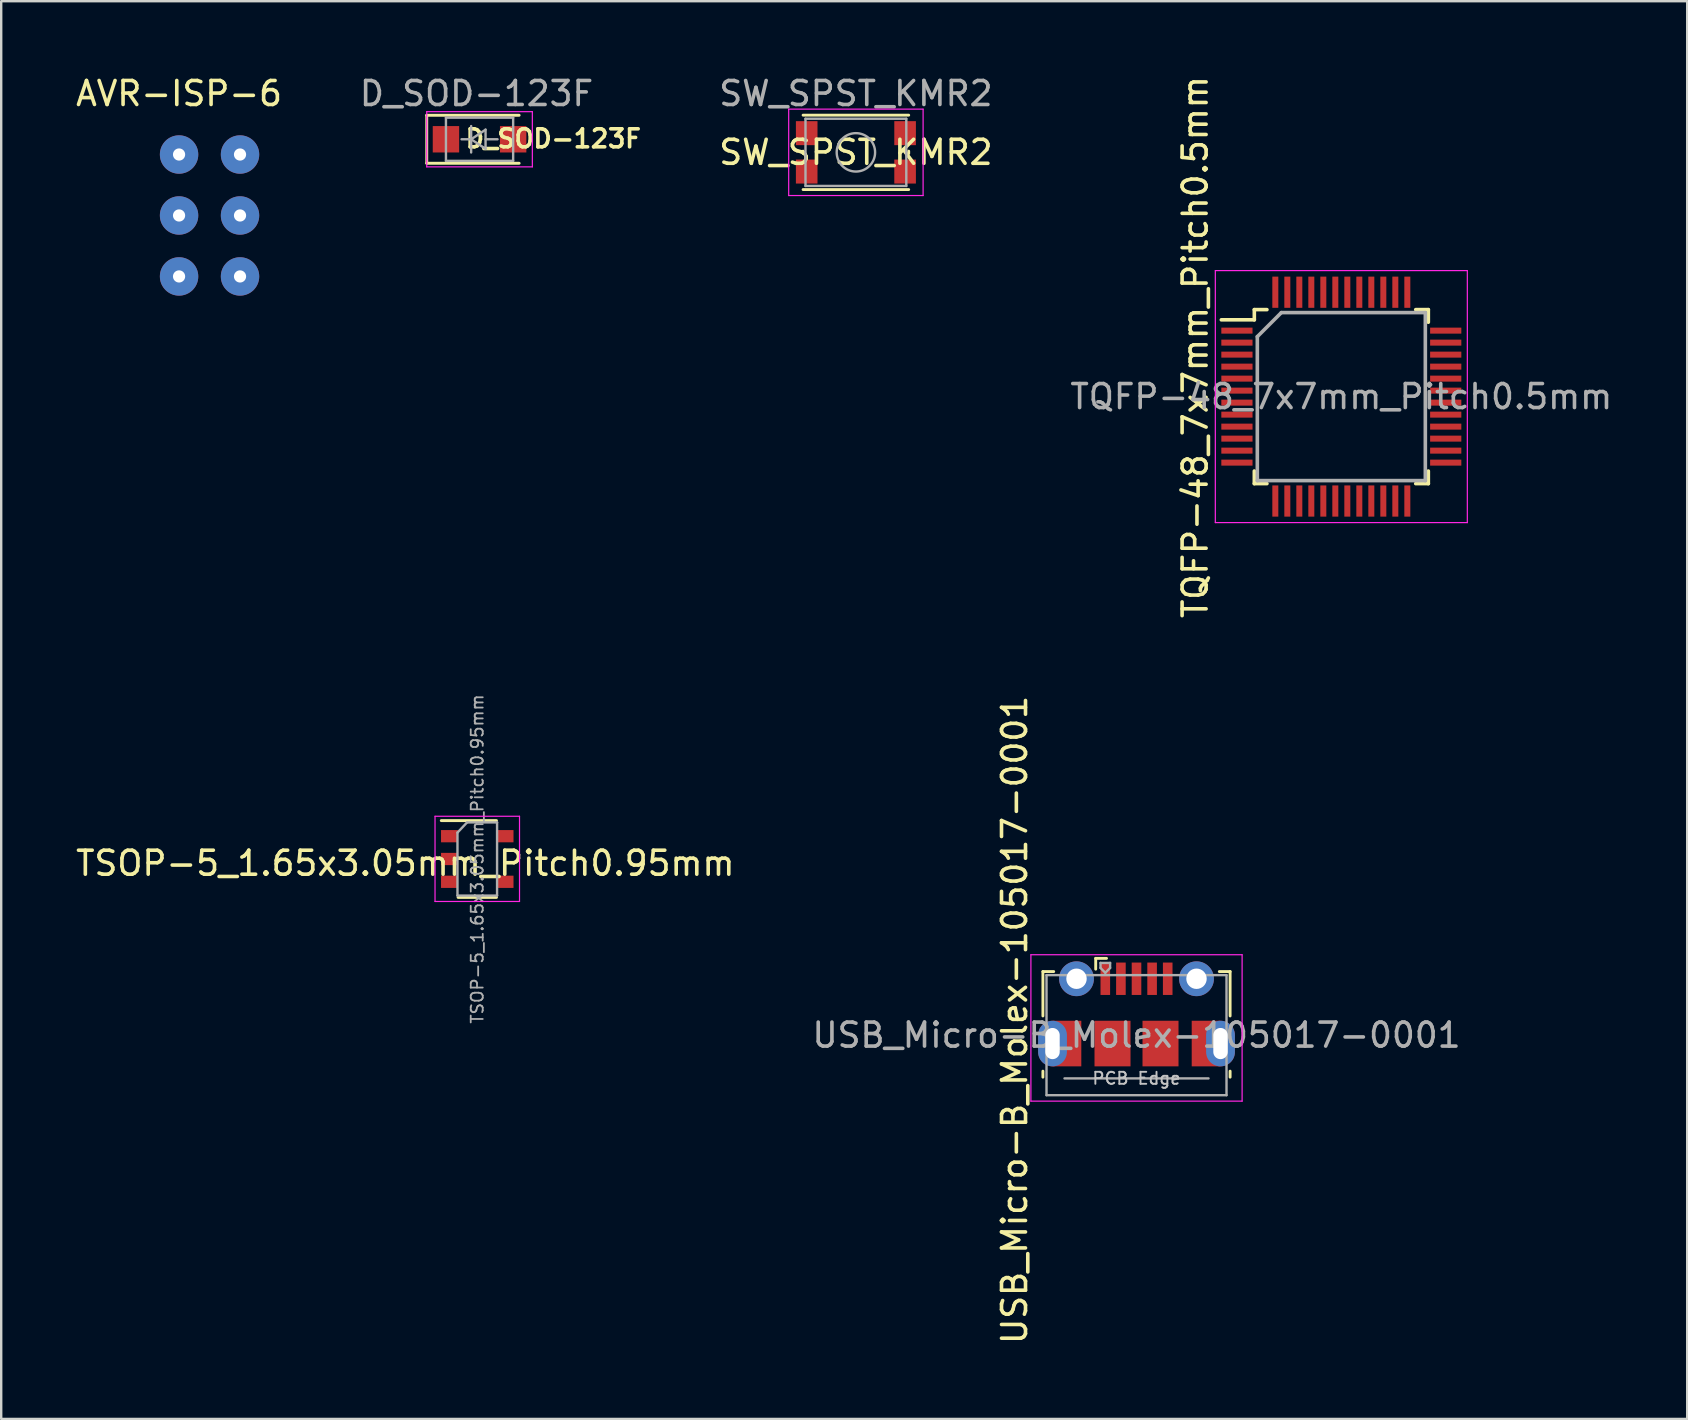
<source format=kicad_pcb>
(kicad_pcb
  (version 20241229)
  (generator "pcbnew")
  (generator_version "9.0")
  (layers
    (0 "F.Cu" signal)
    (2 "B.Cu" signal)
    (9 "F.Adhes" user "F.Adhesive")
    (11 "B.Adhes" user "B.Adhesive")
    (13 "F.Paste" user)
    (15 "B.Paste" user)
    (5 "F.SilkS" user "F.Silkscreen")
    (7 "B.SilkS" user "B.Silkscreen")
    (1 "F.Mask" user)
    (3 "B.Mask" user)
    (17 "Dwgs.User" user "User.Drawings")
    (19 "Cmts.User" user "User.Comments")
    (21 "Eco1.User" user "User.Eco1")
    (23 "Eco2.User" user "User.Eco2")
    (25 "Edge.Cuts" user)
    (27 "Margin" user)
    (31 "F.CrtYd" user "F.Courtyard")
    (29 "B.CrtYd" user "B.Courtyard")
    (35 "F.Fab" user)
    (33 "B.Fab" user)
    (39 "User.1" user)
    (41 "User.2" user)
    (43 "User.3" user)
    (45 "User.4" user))
  (footprint "TSOP-5_1.65x3.05mm_Pitch0.95mm"
    (layer "F.Cu")
    (at 16.836 32.741)
    (property "Reference" "TSOP-5_1.65x3.05mm_Pitch0.95mm" (at -2.997 0.178 0) (layer "F.SilkS") (effects (font (size 1 1) (thickness 0.15))))
    (attr smd)
    (fp_line (start -0.8 1.6) (end 0.8 1.6) (stroke (width 0.12) (type solid)) (layer "F.SilkS"))
    (fp_line (start 0.8 -1.6) (end -1.5 -1.6) (stroke (width 0.12) (type solid)) (layer "F.SilkS"))
    (fp_line (start -1.76 -1.78) (end -1.76 1.77) (stroke (width 0.05) (type solid)) (layer "F.CrtYd"))
    (fp_line (start -1.76 -1.78) (end 1.76 -1.78) (stroke (width 0.05) (type solid)) (layer "F.CrtYd"))
    (fp_line (start 1.76 1.77) (end -1.76 1.77) (stroke (width 0.05) (type solid)) (layer "F.CrtYd"))
    (fp_line (start 1.76 1.77) (end 1.76 -1.78) (stroke (width 0.05) (type solid)) (layer "F.CrtYd"))
    (fp_line (start -0.825 -1.1) (end -0.825 1.525) (stroke (width 0.1) (type solid)) (layer "F.Fab"))
    (fp_line (start -0.825 -1.1) (end -0.425 -1.525) (stroke (width 0.1) (type solid)) (layer "F.Fab"))
    (fp_line (start 0.825 -1.525) (end -0.425 -1.525) (stroke (width 0.1) (type solid)) (layer "F.Fab"))
    (fp_line (start 0.825 -1.525) (end 0.825 1.525) (stroke (width 0.1) (type solid)) (layer "F.Fab"))
    (fp_line (start 0.825 1.525) (end -0.825 1.525) (stroke (width 0.1) (type solid)) (layer "F.Fab"))
    (fp_text user "${REFERENCE}" (at 0 0 90) (layer "F.Fab") (effects (font (size 0.5 0.5) (thickness 0.075))))
    (pad "1" smd rect (at -1.16 -0.95) (size 0.7 0.51) (layers "F.Cu" "F.Mask" "F.Paste"))
    (pad "2" smd rect (at -1.16 0) (size 0.7 0.51) (layers "F.Cu" "F.Mask" "F.Paste"))
    (pad "3" smd rect (at -1.16 0.95) (size 0.7 0.51) (layers "F.Cu" "F.Mask" "F.Paste"))
    (pad "4" smd rect (at 1.16 0.95) (size 0.7 0.51) (layers "F.Cu" "F.Mask" "F.Paste"))
    (pad "5" smd rect (at 1.16 -0.95) (size 0.7 0.51) (layers "F.Cu" "F.Mask" "F.Paste")))
  (footprint "USB_Micro-B_Molex-105017-0001"
    (layer "F.Cu")
    (at 44.304 40.081)
    (property "Reference" "USB_Micro-B_Molex-105017-0001" (at -5.08 -0.635 270) (layer "F.SilkS") (effects (font (size 1 1) (thickness 0.15))))
    (attr smd)
    (fp_line (start -3.9 -2.65) (end -3.45 -2.65) (stroke (width 0.12) (type solid)) (layer "F.SilkS"))
    (fp_line (start -3.9 -0.8) (end -3.9 -2.65) (stroke (width 0.12) (type solid)) (layer "F.SilkS"))
    (fp_line (start -3.9 1.75) (end -3.9 1.5) (stroke (width 0.12) (type solid)) (layer "F.SilkS"))
    (fp_line (start -1.7 -3.2) (end -1.7 -2.75) (stroke (width 0.12) (type solid)) (layer "F.SilkS"))
    (fp_line (start -1.7 -3.2) (end -1.25 -3.2) (stroke (width 0.12) (type solid)) (layer "F.SilkS"))
    (fp_line (start 3.9 -2.65) (end 3.45 -2.65) (stroke (width 0.12) (type solid)) (layer "F.SilkS"))
    (fp_line (start 3.9 -0.8) (end 3.9 -2.65) (stroke (width 0.12) (type solid)) (layer "F.SilkS"))
    (fp_line (start 3.9 1.75) (end 3.9 1.5) (stroke (width 0.12) (type solid)) (layer "F.SilkS"))
    (fp_line (start -4.4 -3.35) (end 4.4 -3.35) (stroke (width 0.05) (type solid)) (layer "F.CrtYd"))
    (fp_line (start -4.4 2.75) (end -4.4 -3.35) (stroke (width 0.05) (type solid)) (layer "F.CrtYd"))
    (fp_line (start -4.4 2.75) (end 4.4 2.75) (stroke (width 0.05) (type solid)) (layer "F.CrtYd"))
    (fp_line (start 4.4 -3.35) (end 4.4 2.75) (stroke (width 0.05) (type solid)) (layer "F.CrtYd"))
    (fp_line (start -3.75 -2.5) (end 3.75 -2.5) (stroke (width 0.1) (type solid)) (layer "F.Fab"))
    (fp_line (start -3.75 2.5) (end -3.75 -2.5) (stroke (width 0.1) (type solid)) (layer "F.Fab"))
    (fp_line (start -3.75 2.502) (end 3.75 2.502) (stroke (width 0.1) (type solid)) (layer "F.Fab"))
    (fp_line (start -3 1.802) (end 3 1.802) (stroke (width 0.1) (type solid)) (layer "F.Fab"))
    (fp_line (start -1.5 -3.01) (end -1.5 -2.8) (stroke (width 0.1) (type solid)) (layer "F.Fab"))
    (fp_line (start -1.5 -3.01) (end -1.1 -3.01) (stroke (width 0.1) (type solid)) (layer "F.Fab"))
    (fp_line (start -1.3 -2.6) (end -1.5 -2.8) (stroke (width 0.1) (type solid)) (layer "F.Fab"))
    (fp_line (start -1.1 -3.01) (end -1.1 -2.8) (stroke (width 0.1) (type solid)) (layer "F.Fab"))
    (fp_line (start -1.1 -2.8) (end -1.3 -2.6) (stroke (width 0.1) (type solid)) (layer "F.Fab"))
    (fp_line (start 3.75 2.5) (end 3.75 -2.5) (stroke (width 0.1) (type solid)) (layer "F.Fab"))
    (fp_text user "PCB Edge" (at 0 1.8 0) (layer "Dwgs.User") (effects (font (size 0.5 0.5) (thickness 0.08))))
    (fp_text user "${REFERENCE}" (at 0 0 0) (layer "F.Fab") (effects (font (size 1 1) (thickness 0.15))))
    (pad "1" smd rect (at -1.3 -2.35) (size 0.4 1.35) (layers "F.Cu" "F.Mask" "F.Paste"))
    (pad "2" smd rect (at -0.65 -2.35) (size 0.4 1.35) (layers "F.Cu" "F.Mask" "F.Paste"))
    (pad "3" smd rect (at 0 -2.35) (size 0.4 1.35) (layers "F.Cu" "F.Mask" "F.Paste"))
    (pad "4" smd rect (at 0.65 -2.35) (size 0.4 1.35) (layers "F.Cu" "F.Mask" "F.Paste"))
    (pad "5" smd rect (at 1.3 -2.35) (size 0.4 1.35) (layers "F.Cu" "F.Mask" "F.Paste"))
    (pad "6" thru_hole oval (at -3.5 0.35 180) (size 1.2 1.9) (drill oval 0.6 1.3) (layers "*.Cu" "*.Mask"))
    (pad "6" smd rect (at -2.9 0.35) (size 1.2 1.9) (layers "F.Cu" "F.Mask"))
    (pad "6" thru_hole circle (at -2.5 -2.35) (size 1.45 1.45) (drill 0.85) (layers "*.Cu" "*.Mask"))
    (pad "6" smd rect (at -1 0.35) (size 1.5 1.9) (layers "F.Cu" "F.Mask" "F.Paste"))
    (pad "6" smd rect (at 1 0.35) (size 1.5 1.9) (layers "F.Cu" "F.Mask" "F.Paste"))
    (pad "6" thru_hole circle (at 2.5 -2.35) (size 1.45 1.45) (drill 0.85) (layers "*.Cu" "*.Mask"))
    (pad "6" smd rect (at 2.9 0.35) (size 1.2 1.9) (layers "F.Cu" "F.Mask"))
    (pad "6" thru_hole oval (at 3.5 0.35) (size 1.2 1.9) (drill oval 0.6 1.3) (layers "*.Cu" "*.Mask")))
  (footprint "SW_SPST_KMR2"
    (layer "F.Cu")
    (at 32.612 3.298)
    (property "Reference" "SW_SPST_KMR2" (at 0 0 0) (layer "F.SilkS") (effects (font (size 1 1) (thickness 0.15))))
    (attr smd)
    (fp_line (start -2.2 0.05) (end -2.2 -0.05) (stroke (width 0.12) (type solid)) (layer "F.SilkS"))
    (fp_line (start -2.2 1.55) (end 2.2 1.55) (stroke (width 0.12) (type solid)) (layer "F.SilkS"))
    (fp_line (start 2.2 -1.55) (end -2.2 -1.55) (stroke (width 0.12) (type solid)) (layer "F.SilkS"))
    (fp_line (start 2.2 0.05) (end 2.2 -0.05) (stroke (width 0.12) (type solid)) (layer "F.SilkS"))
    (fp_line (start -2.8 -1.8) (end 2.8 -1.8) (stroke (width 0.05) (type solid)) (layer "F.CrtYd"))
    (fp_line (start -2.8 1.8) (end -2.8 -1.8) (stroke (width 0.05) (type solid)) (layer "F.CrtYd"))
    (fp_line (start 2.8 -1.8) (end 2.8 1.8) (stroke (width 0.05) (type solid)) (layer "F.CrtYd"))
    (fp_line (start 2.8 1.8) (end -2.8 1.8) (stroke (width 0.05) (type solid)) (layer "F.CrtYd"))
    (fp_line (start -2.1 -1.4) (end 2.1 -1.4) (stroke (width 0.1) (type solid)) (layer "F.Fab"))
    (fp_line (start -2.1 1.4) (end -2.1 -1.4) (stroke (width 0.1) (type solid)) (layer "F.Fab"))
    (fp_line (start 2.1 -1.4) (end 2.1 1.4) (stroke (width 0.1) (type solid)) (layer "F.Fab"))
    (fp_line (start 2.1 1.4) (end -2.1 1.4) (stroke (width 0.1) (type solid)) (layer "F.Fab"))
    (fp_circle (center 0 0) (end 0 0.8) (stroke (width 0.1) (type solid)) (fill no) (layer "F.Fab"))
    (fp_text user "${REFERENCE}" (at 0 -2.45 0) (layer "F.Fab") (effects (font (size 1 1) (thickness 0.15))))
    (pad "1" smd rect (at -2.05 -0.8) (size 0.9 1) (layers "F.Cu" "F.Mask" "F.Paste"))
    (pad "1" smd rect (at 2.05 -0.8) (size 0.9 1) (layers "F.Cu" "F.Mask" "F.Paste"))
    (pad "2" smd rect (at -2.05 0.8) (size 0.9 1) (layers "F.Cu" "F.Mask" "F.Paste"))
    (pad "2" smd rect (at 2.05 0.8) (size 0.9 1) (layers "F.Cu" "F.Mask" "F.Paste")))
  (footprint "AVR-ISP-6"
    (layer "F.Cu")
    (at 4.411 3.388)
    (property "Reference" "AVR-ISP-6" (at 0 -2.54 0) (layer "F.SilkS") (effects (font (size 1 1) (thickness 0.15))))
    (attr through_hole)
    (pad "1" thru_hole oval (at 0 0) (size 1.6 1.6) (drill 0.508) (layers "*.Cu" "F.Mask"))
    (pad "2" thru_hole circle (at 2.54 0) (size 1.6 1.6) (drill 0.508) (layers "*.Cu" "F.Mask"))
    (pad "3" thru_hole oval (at 0 2.54) (size 1.6 1.6) (drill 0.508) (layers "*.Cu" "F.Mask"))
    (pad "4" thru_hole oval (at 2.54 2.54) (size 1.6 1.6) (drill 0.508) (layers "*.Cu" "F.Mask"))
    (pad "5" thru_hole oval (at 0 5.08) (size 1.6 1.6) (drill 0.508) (layers "*.Cu" "F.Mask"))
    (pad "6" thru_hole oval (at 2.54 5.08) (size 1.6 1.6) (drill 0.508) (layers "*.Cu" "F.Mask")))
  (footprint "TQFP-48_7x7mm_Pitch0.5mm"
    (layer "F.Cu")
    (at 52.838 13.476)
    (property "Reference" "TQFP-48_7x7mm_Pitch0.5mm" (at -6.089 -2.065 90) (layer "F.SilkS") (effects (font (size 1 1) (thickness 0.15))))
    (attr smd)
    (fp_line (start -3.625 -3.625) (end -3.625 -3.2) (stroke (width 0.15) (type solid)) (layer "F.SilkS"))
    (fp_line (start -3.625 -3.625) (end -3.1 -3.625) (stroke (width 0.15) (type solid)) (layer "F.SilkS"))
    (fp_line (start -3.625 -3.2) (end -5 -3.2) (stroke (width 0.15) (type solid)) (layer "F.SilkS"))
    (fp_line (start -3.625 3.625) (end -3.625 3.1) (stroke (width 0.15) (type solid)) (layer "F.SilkS"))
    (fp_line (start -3.625 3.625) (end -3.1 3.625) (stroke (width 0.15) (type solid)) (layer "F.SilkS"))
    (fp_line (start 3.625 -3.625) (end 3.1 -3.625) (stroke (width 0.15) (type solid)) (layer "F.SilkS"))
    (fp_line (start 3.625 -3.625) (end 3.625 -3.1) (stroke (width 0.15) (type solid)) (layer "F.SilkS"))
    (fp_line (start 3.625 3.625) (end 3.1 3.625) (stroke (width 0.15) (type solid)) (layer "F.SilkS"))
    (fp_line (start 3.625 3.625) (end 3.625 3.1) (stroke (width 0.15) (type solid)) (layer "F.SilkS"))
    (fp_line (start -5.25 -5.25) (end -5.25 5.25) (stroke (width 0.05) (type solid)) (layer "F.CrtYd"))
    (fp_line (start -5.25 -5.25) (end 5.25 -5.25) (stroke (width 0.05) (type solid)) (layer "F.CrtYd"))
    (fp_line (start -5.25 5.25) (end 5.25 5.25) (stroke (width 0.05) (type solid)) (layer "F.CrtYd"))
    (fp_line (start 5.25 -5.25) (end 5.25 5.25) (stroke (width 0.05) (type solid)) (layer "F.CrtYd"))
    (fp_line (start -3.5 -2.5) (end -2.5 -3.5) (stroke (width 0.15) (type solid)) (layer "F.Fab"))
    (fp_line (start -3.5 3.5) (end -3.5 -2.5) (stroke (width 0.15) (type solid)) (layer "F.Fab"))
    (fp_line (start -2.5 -3.5) (end 3.5 -3.5) (stroke (width 0.15) (type solid)) (layer "F.Fab"))
    (fp_line (start 3.5 -3.5) (end 3.5 3.5) (stroke (width 0.15) (type solid)) (layer "F.Fab"))
    (fp_line (start 3.5 3.5) (end -3.5 3.5) (stroke (width 0.15) (type solid)) (layer "F.Fab"))
    (fp_text user "${REFERENCE}" (at 0 0 0) (layer "F.Fab") (effects (font (size 1 1) (thickness 0.15))))
    (pad "1" smd rect (at -4.35 -2.75) (size 1.3 0.25) (layers "F.Cu" "F.Mask" "F.Paste"))
    (pad "2" smd rect (at -4.35 -2.25) (size 1.3 0.25) (layers "F.Cu" "F.Mask" "F.Paste"))
    (pad "3" smd rect (at -4.35 -1.75) (size 1.3 0.25) (layers "F.Cu" "F.Mask" "F.Paste"))
    (pad "4" smd rect (at -4.35 -1.25) (size 1.3 0.25) (layers "F.Cu" "F.Mask" "F.Paste"))
    (pad "5" smd rect (at -4.35 -0.75) (size 1.3 0.25) (layers "F.Cu" "F.Mask" "F.Paste"))
    (pad "6" smd rect (at -4.35 -0.25) (size 1.3 0.25) (layers "F.Cu" "F.Mask" "F.Paste"))
    (pad "7" smd rect (at -4.35 0.25) (size 1.3 0.25) (layers "F.Cu" "F.Mask" "F.Paste"))
    (pad "8" smd rect (at -4.35 0.75) (size 1.3 0.25) (layers "F.Cu" "F.Mask" "F.Paste"))
    (pad "9" smd rect (at -4.35 1.25) (size 1.3 0.25) (layers "F.Cu" "F.Mask" "F.Paste"))
    (pad "10" smd rect (at -4.35 1.75) (size 1.3 0.25) (layers "F.Cu" "F.Mask" "F.Paste"))
    (pad "11" smd rect (at -4.35 2.25) (size 1.3 0.25) (layers "F.Cu" "F.Mask" "F.Paste"))
    (pad "12" smd rect (at -4.35 2.75) (size 1.3 0.25) (layers "F.Cu" "F.Mask" "F.Paste"))
    (pad "13" smd rect (at -2.75 4.35 90) (size 1.3 0.25) (layers "F.Cu" "F.Mask" "F.Paste"))
    (pad "14" smd rect (at -2.25 4.35 90) (size 1.3 0.25) (layers "F.Cu" "F.Mask" "F.Paste"))
    (pad "15" smd rect (at -1.75 4.35 90) (size 1.3 0.25) (layers "F.Cu" "F.Mask" "F.Paste"))
    (pad "16" smd rect (at -1.25 4.35 90) (size 1.3 0.25) (layers "F.Cu" "F.Mask" "F.Paste"))
    (pad "17" smd rect (at -0.75 4.35 90) (size 1.3 0.25) (layers "F.Cu" "F.Mask" "F.Paste"))
    (pad "18" smd rect (at -0.25 4.35 90) (size 1.3 0.25) (layers "F.Cu" "F.Mask" "F.Paste"))
    (pad "19" smd rect (at 0.25 4.35 90) (size 1.3 0.25) (layers "F.Cu" "F.Mask" "F.Paste"))
    (pad "20" smd rect (at 0.75 4.35 90) (size 1.3 0.25) (layers "F.Cu" "F.Mask" "F.Paste"))
    (pad "21" smd rect (at 1.25 4.35 90) (size 1.3 0.25) (layers "F.Cu" "F.Mask" "F.Paste"))
    (pad "22" smd rect (at 1.75 4.35 90) (size 1.3 0.25) (layers "F.Cu" "F.Mask" "F.Paste"))
    (pad "23" smd rect (at 2.25 4.35 90) (size 1.3 0.25) (layers "F.Cu" "F.Mask" "F.Paste"))
    (pad "24" smd rect (at 2.75 4.35 90) (size 1.3 0.25) (layers "F.Cu" "F.Mask" "F.Paste"))
    (pad "25" smd rect (at 4.35 2.75) (size 1.3 0.25) (layers "F.Cu" "F.Mask" "F.Paste"))
    (pad "26" smd rect (at 4.35 2.25) (size 1.3 0.25) (layers "F.Cu" "F.Mask" "F.Paste"))
    (pad "27" smd rect (at 4.35 1.75) (size 1.3 0.25) (layers "F.Cu" "F.Mask" "F.Paste"))
    (pad "28" smd rect (at 4.35 1.25) (size 1.3 0.25) (layers "F.Cu" "F.Mask" "F.Paste"))
    (pad "29" smd rect (at 4.35 0.75) (size 1.3 0.25) (layers "F.Cu" "F.Mask" "F.Paste"))
    (pad "30" smd rect (at 4.35 0.25) (size 1.3 0.25) (layers "F.Cu" "F.Mask" "F.Paste"))
    (pad "31" smd rect (at 4.35 -0.25) (size 1.3 0.25) (layers "F.Cu" "F.Mask" "F.Paste"))
    (pad "32" smd rect (at 4.35 -0.75) (size 1.3 0.25) (layers "F.Cu" "F.Mask" "F.Paste"))
    (pad "33" smd rect (at 4.35 -1.25) (size 1.3 0.25) (layers "F.Cu" "F.Mask" "F.Paste"))
    (pad "34" smd rect (at 4.35 -1.75) (size 1.3 0.25) (layers "F.Cu" "F.Mask" "F.Paste"))
    (pad "35" smd rect (at 4.35 -2.25) (size 1.3 0.25) (layers "F.Cu" "F.Mask" "F.Paste"))
    (pad "36" smd rect (at 4.35 -2.75) (size 1.3 0.25) (layers "F.Cu" "F.Mask" "F.Paste"))
    (pad "37" smd rect (at 2.75 -4.35 90) (size 1.3 0.25) (layers "F.Cu" "F.Mask" "F.Paste"))
    (pad "38" smd rect (at 2.25 -4.35 90) (size 1.3 0.25) (layers "F.Cu" "F.Mask" "F.Paste"))
    (pad "39" smd rect (at 1.75 -4.35 90) (size 1.3 0.25) (layers "F.Cu" "F.Mask" "F.Paste"))
    (pad "40" smd rect (at 1.25 -4.35 90) (size 1.3 0.25) (layers "F.Cu" "F.Mask" "F.Paste"))
    (pad "41" smd rect (at 0.75 -4.35 90) (size 1.3 0.25) (layers "F.Cu" "F.Mask" "F.Paste"))
    (pad "42" smd rect (at 0.25 -4.35 90) (size 1.3 0.25) (layers "F.Cu" "F.Mask" "F.Paste"))
    (pad "43" smd rect (at -0.25 -4.35 90) (size 1.3 0.25) (layers "F.Cu" "F.Mask" "F.Paste"))
    (pad "44" smd rect (at -0.75 -4.35 90) (size 1.3 0.25) (layers "F.Cu" "F.Mask" "F.Paste"))
    (pad "45" smd rect (at -1.25 -4.35 90) (size 1.3 0.25) (layers "F.Cu" "F.Mask" "F.Paste"))
    (pad "46" smd rect (at -1.75 -4.35 90) (size 1.3 0.25) (layers "F.Cu" "F.Mask" "F.Paste"))
    (pad "47" smd rect (at -2.25 -4.35 90) (size 1.3 0.25) (layers "F.Cu" "F.Mask" "F.Paste"))
    (pad "48" smd rect (at -2.75 -4.35 90) (size 1.3 0.25) (layers "F.Cu" "F.Mask" "F.Paste")))
  (footprint "D_SOD-123F"
    (layer "F.Cu")
    (at 16.931 2.753)
    (property "Reference" "D_SOD-123F" (at 3.073 -0.025 0) (layer "F.SilkS") (effects (font (size 0.75 0.75) (thickness 0.15))))
    (attr smd)
    (fp_line (start -2.2 -1) (end -2.2 1) (stroke (width 0.12) (type solid)) (layer "F.SilkS"))
    (fp_line (start -2.2 -1) (end 1.65 -1) (stroke (width 0.12) (type solid)) (layer "F.SilkS"))
    (fp_line (start -2.2 1) (end 1.65 1) (stroke (width 0.12) (type solid)) (layer "F.SilkS"))
    (fp_line (start -2.2 -1.15) (end -2.2 1.15) (stroke (width 0.05) (type solid)) (layer "F.CrtYd"))
    (fp_line (start -2.2 -1.15) (end 2.2 -1.15) (stroke (width 0.05) (type solid)) (layer "F.CrtYd"))
    (fp_line (start 2.2 -1.15) (end 2.2 1.15) (stroke (width 0.05) (type solid)) (layer "F.CrtYd"))
    (fp_line (start 2.2 1.15) (end -2.2 1.15) (stroke (width 0.05) (type solid)) (layer "F.CrtYd"))
    (fp_line (start -1.4 -0.9) (end 1.4 -0.9) (stroke (width 0.1) (type solid)) (layer "F.Fab"))
    (fp_line (start -1.4 0.9) (end -1.4 -0.9) (stroke (width 0.1) (type solid)) (layer "F.Fab"))
    (fp_line (start -0.75 0) (end -0.35 0) (stroke (width 0.1) (type solid)) (layer "F.Fab"))
    (fp_line (start -0.35 0) (end -0.35 -0.55) (stroke (width 0.1) (type solid)) (layer "F.Fab"))
    (fp_line (start -0.35 0) (end -0.35 0.55) (stroke (width 0.1) (type solid)) (layer "F.Fab"))
    (fp_line (start -0.35 0) (end 0.25 -0.4) (stroke (width 0.1) (type solid)) (layer "F.Fab"))
    (fp_line (start 0.25 -0.4) (end 0.25 0.4) (stroke (width 0.1) (type solid)) (layer "F.Fab"))
    (fp_line (start 0.25 0) (end 0.75 0) (stroke (width 0.1) (type solid)) (layer "F.Fab"))
    (fp_line (start 0.25 0.4) (end -0.35 0) (stroke (width 0.1) (type solid)) (layer "F.Fab"))
    (fp_line (start 1.4 -0.9) (end 1.4 0.9) (stroke (width 0.1) (type solid)) (layer "F.Fab"))
    (fp_line (start 1.4 0.9) (end -1.4 0.9) (stroke (width 0.1) (type solid)) (layer "F.Fab"))
    (fp_text user "${REFERENCE}" (at -0.127 -1.905 0) (layer "F.Fab") (effects (font (size 1 1) (thickness 0.15))))
    (pad "1" smd rect (at -1.4 0) (size 1.1 1.1) (layers "F.Cu" "F.Mask" "F.Paste"))
    (pad "2" smd rect (at 1.4 0) (size 1.1 1.1) (layers "F.Cu" "F.Mask" "F.Paste")))
  (gr_rect
    (start -3 -3)
    (end 67.249 56.071)
    (stroke (width 0.1) (type default))
    (fill no)
    (layer "Edge.Cuts")))
</source>
